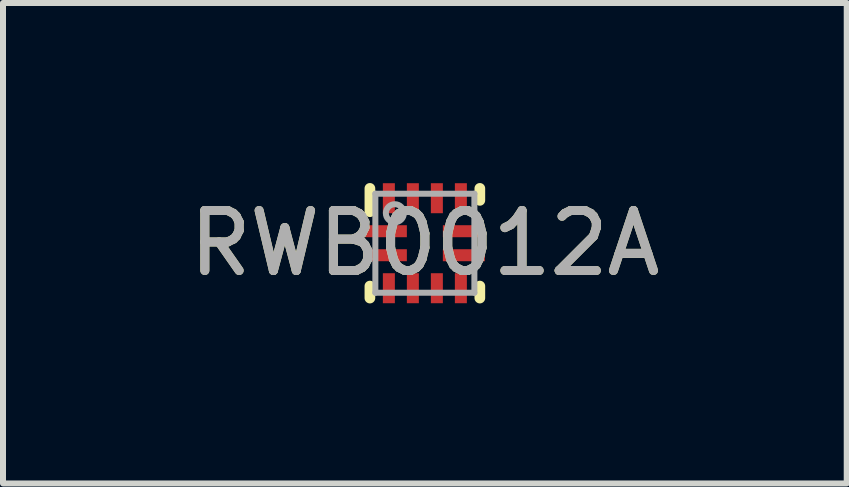
<source format=kicad_pcb>
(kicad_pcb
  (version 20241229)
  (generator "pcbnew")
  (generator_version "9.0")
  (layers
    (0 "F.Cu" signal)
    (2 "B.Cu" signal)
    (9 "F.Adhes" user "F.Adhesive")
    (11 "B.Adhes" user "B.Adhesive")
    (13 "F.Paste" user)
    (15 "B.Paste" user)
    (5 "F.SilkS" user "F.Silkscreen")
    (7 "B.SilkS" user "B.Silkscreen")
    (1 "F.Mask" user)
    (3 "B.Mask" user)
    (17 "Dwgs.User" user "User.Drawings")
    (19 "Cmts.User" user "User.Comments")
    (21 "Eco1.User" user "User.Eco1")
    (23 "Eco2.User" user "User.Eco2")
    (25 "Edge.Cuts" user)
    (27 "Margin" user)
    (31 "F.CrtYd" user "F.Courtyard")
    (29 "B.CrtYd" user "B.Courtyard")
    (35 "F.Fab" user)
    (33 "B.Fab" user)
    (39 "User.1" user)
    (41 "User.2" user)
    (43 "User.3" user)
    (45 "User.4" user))
  (footprint "RWB0012A"
    (layer "F.Cu")
    (at 4.03 1.003)
    (property "Reference" "RWB0012A" (at 0 0 0) (unlocked yes) (layer "F.SilkS") (effects (font (size 1 1) (thickness 0.15))))
    (attr smd)
    (fp_line (start -0.916 -0.525) (end -0.916 -0.914) (stroke (width 0.178) (type solid)) (layer "F.SilkS"))
    (fp_line (start -0.916 0.914) (end -0.916 0.714) (stroke (width 0.178) (type solid)) (layer "F.SilkS"))
    (fp_line (start 0.916 -0.714) (end 0.916 -0.914) (stroke (width 0.178) (type solid)) (layer "F.SilkS"))
    (fp_line (start 0.916 0.914) (end 0.916 0.714) (stroke (width 0.178) (type solid)) (layer "F.SilkS"))
    (fp_line (start -0.825 -0.825) (end 0.825 -0.825) (stroke (width 0.1) (type solid)) (layer "F.Fab"))
    (fp_line (start -0.825 0.825) (end -0.825 -0.825) (stroke (width 0.1) (type solid)) (layer "F.Fab"))
    (fp_line (start -0.825 0.825) (end 0.825 0.825) (stroke (width 0.1) (type solid)) (layer "F.Fab"))
    (fp_line (start 0.825 0.825) (end 0.825 -0.825) (stroke (width 0.1) (type solid)) (layer "F.Fab"))
    (fp_circle (center -0.5 -0.5) (end -0.35 -0.5) (stroke (width 0.1) (type solid)) (fill no) (layer "F.Fab"))
    (fp_text user "${REFERENCE}" (at 0 0 0) (unlocked yes) (layer "F.Fab") (effects (font (size 1 1) (thickness 0.15))))
    (pad "1" smd rect (at -0.65 -0.2) (size 0.7 0.2) (layers "F.Cu" "F.Mask"))
    (pad "2" smd rect (at -0.65 0.2) (size 0.7 0.2) (layers "F.Cu" "F.Mask"))
    (pad "3" smd rect (at -0.6 0.75 90) (size 0.5 0.2) (layers "F.Cu" "F.Mask" "F.Paste"))
    (pad "4" smd rect (at -0.2 0.75 90) (size 0.5 0.2) (layers "F.Cu" "F.Mask" "F.Paste"))
    (pad "5" smd rect (at 0.2 0.75 90) (size 0.5 0.2) (layers "F.Cu" "F.Mask" "F.Paste"))
    (pad "6" smd rect (at 0.6 0.75 90) (size 0.5 0.2) (layers "F.Cu" "F.Mask" "F.Paste"))
    (pad "7" smd rect (at 0.65 0.2) (size 0.7 0.2) (layers "F.Cu" "F.Mask"))
    (pad "8" smd rect (at 0.65 -0.2) (size 0.7 0.2) (layers "F.Cu" "F.Mask"))
    (pad "9" smd rect (at 0.6 -0.75 90) (size 0.5 0.2) (layers "F.Cu" "F.Mask" "F.Paste"))
    (pad "10" smd rect (at 0.2 -0.75 90) (size 0.5 0.2) (layers "F.Cu" "F.Mask" "F.Paste"))
    (pad "11" smd rect (at -0.2 -0.75 90) (size 0.5 0.2) (layers "F.Cu" "F.Mask" "F.Paste"))
    (pad "12" smd rect (at -0.6 -0.75 90) (size 0.5 0.2) (layers "F.Cu" "F.Mask" "F.Paste")))
  (gr_rect
    (start -3 -3)
    (end 11.06 5.006)
    (stroke (width 0.1) (type default))
    (fill no)
    (layer "Edge.Cuts")))
</source>
